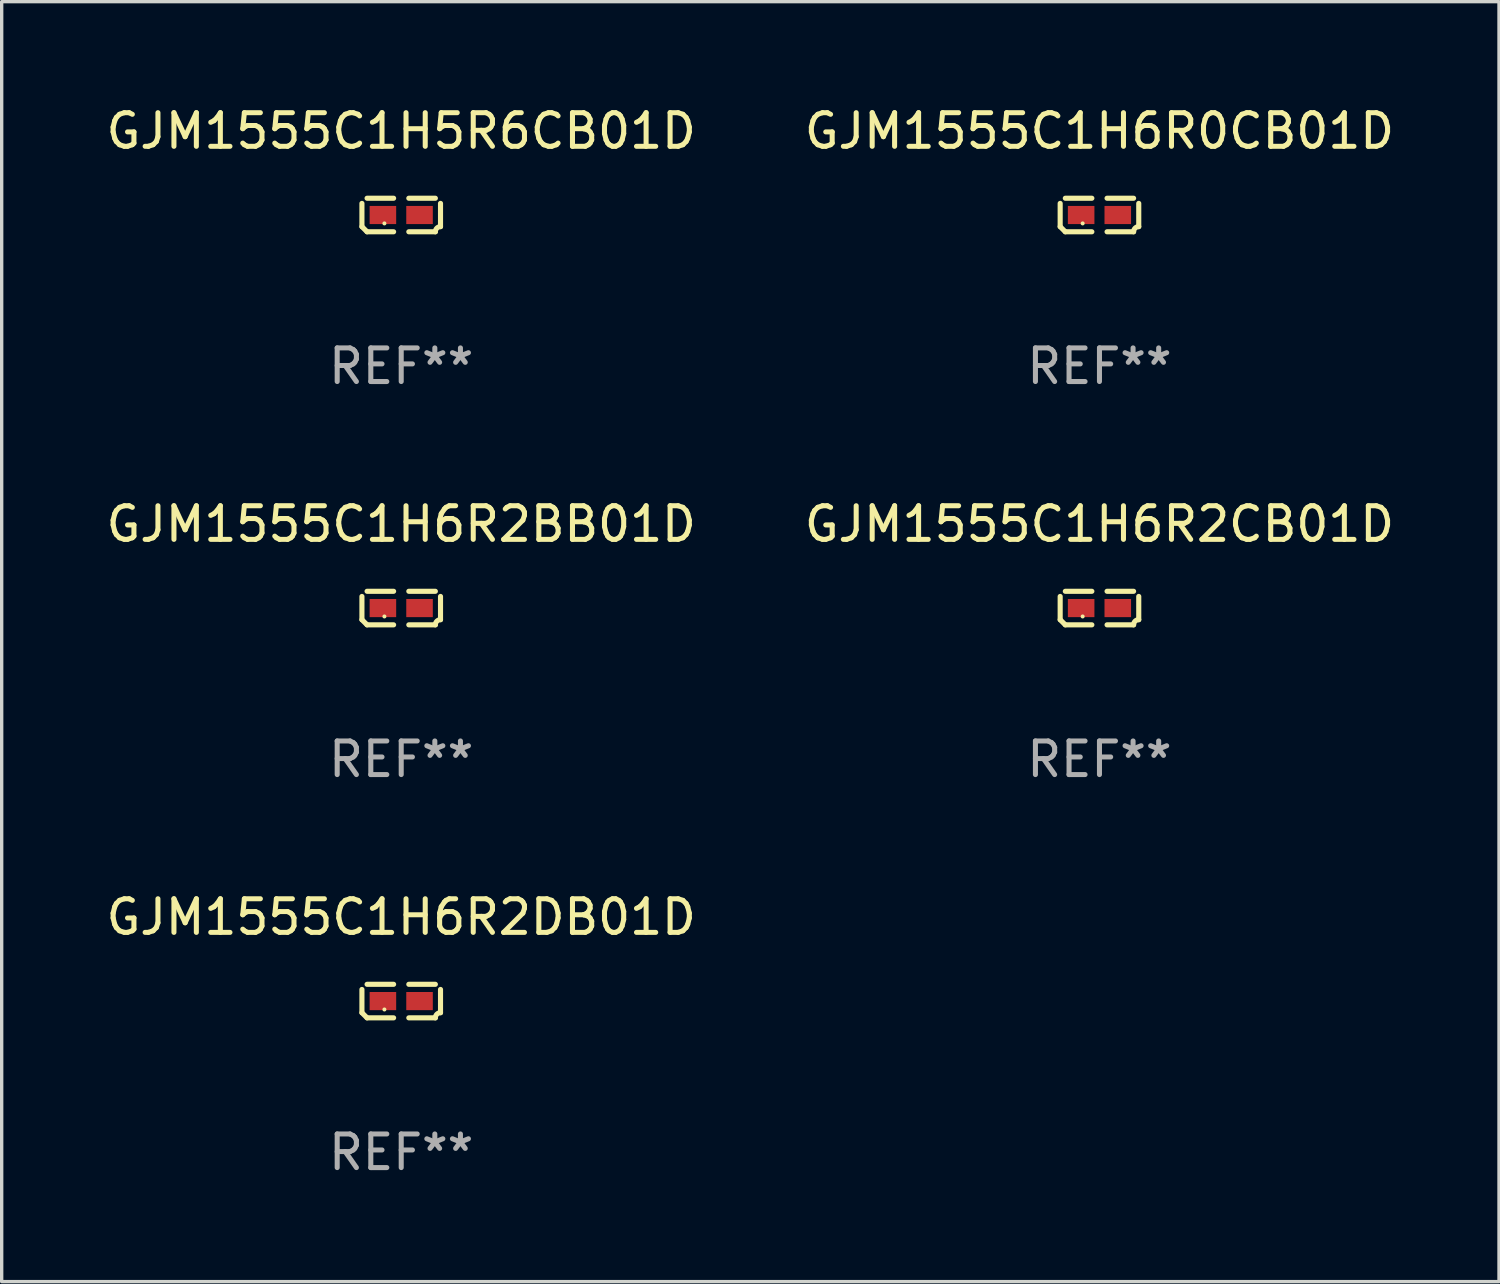
<source format=kicad_pcb>
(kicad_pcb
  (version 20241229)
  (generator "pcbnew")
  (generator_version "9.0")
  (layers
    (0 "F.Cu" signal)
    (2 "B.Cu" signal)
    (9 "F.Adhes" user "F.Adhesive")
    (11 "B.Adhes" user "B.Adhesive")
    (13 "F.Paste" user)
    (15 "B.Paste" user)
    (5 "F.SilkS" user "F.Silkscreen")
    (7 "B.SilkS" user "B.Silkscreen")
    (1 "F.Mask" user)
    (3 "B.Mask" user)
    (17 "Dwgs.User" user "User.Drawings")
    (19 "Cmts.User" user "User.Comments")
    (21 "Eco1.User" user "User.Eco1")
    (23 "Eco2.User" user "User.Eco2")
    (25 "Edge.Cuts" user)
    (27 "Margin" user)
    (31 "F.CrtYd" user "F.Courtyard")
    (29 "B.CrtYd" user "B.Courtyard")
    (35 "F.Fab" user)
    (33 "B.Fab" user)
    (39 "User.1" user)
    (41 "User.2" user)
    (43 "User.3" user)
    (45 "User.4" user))
  (footprint "GJM1555C1H6R2DB01D"
    (layer "F.Cu")
    (at 8.887 26.734)
    (property "Reference" "GJM1555C1H6R2DB01D" (at 0 -2.499 0) (layer "F.SilkS") (effects (font (size 1 1) (thickness 0.15))))
    (attr through_hole)
    (fp_line (start -1.169 0.346) (end -1.169 -0.346) (stroke (width 0.152) (type solid)) (layer "F.SilkS"))
    (fp_line (start -1.016 -0.499) (end -0.226 -0.499) (stroke (width 0.152) (type solid)) (layer "F.SilkS"))
    (fp_line (start -0.226 0.499) (end -1.016 0.499) (stroke (width 0.152) (type solid)) (layer "F.SilkS"))
    (fp_line (start 0.226 0.499) (end 1.016 0.499) (stroke (width 0.152) (type solid)) (layer "F.SilkS"))
    (fp_line (start 1.016 -0.499) (end 0.226 -0.499) (stroke (width 0.152) (type solid)) (layer "F.SilkS"))
    (fp_line (start 1.169 0.346) (end 1.169 -0.346) (stroke (width 0.152) (type solid)) (layer "F.SilkS"))
    (fp_arc (start -1.016307 0.498603) (mid -1.092512 0.422405) (end -1.16871 0.3462) (stroke (width 0.1524) (type solid)) (layer "F.SilkS"))
    (fp_arc (start 1.016307 0.498603) (mid 1.060899 0.390758) (end 1.168707 0.346076) (stroke (width 0.1524) (type solid)) (layer "F.SilkS"))
    (fp_circle (center -0.5 0.25) (end -0.47 0.25) (stroke (width 0.06) (type solid)) (fill no) (layer "F.SilkS"))
    (fp_text user "REF**" (at 0 4.499 0) (layer "F.Fab") (effects (font (size 1 1) (thickness 0.15))))
    (pad "1" smd rect (at -0.545 0) (size 0.79 0.54) (layers "F.Cu" "F.Mask" "F.Paste"))
    (pad "2" smd rect (at 0.545 0) (size 0.79 0.54) (layers "F.Cu" "F.Mask" "F.Paste")))
  (footprint "GJM1555C1H6R0CB01D"
    (layer "F.Cu")
    (at 29.661 3.347)
    (property "Reference" "GJM1555C1H6R0CB01D" (at 0 -2.499 0) (layer "F.SilkS") (effects (font (size 1 1) (thickness 0.15))))
    (attr through_hole)
    (fp_line (start -1.169 0.346) (end -1.169 -0.346) (stroke (width 0.152) (type solid)) (layer "F.SilkS"))
    (fp_line (start -1.016 -0.499) (end -0.226 -0.499) (stroke (width 0.152) (type solid)) (layer "F.SilkS"))
    (fp_line (start -0.226 0.499) (end -1.016 0.499) (stroke (width 0.152) (type solid)) (layer "F.SilkS"))
    (fp_line (start 0.226 0.499) (end 1.016 0.499) (stroke (width 0.152) (type solid)) (layer "F.SilkS"))
    (fp_line (start 1.016 -0.499) (end 0.226 -0.499) (stroke (width 0.152) (type solid)) (layer "F.SilkS"))
    (fp_line (start 1.169 0.346) (end 1.169 -0.346) (stroke (width 0.152) (type solid)) (layer "F.SilkS"))
    (fp_arc (start -1.016307 0.498603) (mid -1.092512 0.422405) (end -1.16871 0.3462) (stroke (width 0.1524) (type solid)) (layer "F.SilkS"))
    (fp_arc (start 1.016307 0.498603) (mid 1.060899 0.390758) (end 1.168707 0.346076) (stroke (width 0.1524) (type solid)) (layer "F.SilkS"))
    (fp_circle (center -0.5 0.25) (end -0.47 0.25) (stroke (width 0.06) (type solid)) (fill no) (layer "F.SilkS"))
    (fp_text user "REF**" (at 0 4.499 0) (layer "F.Fab") (effects (font (size 1 1) (thickness 0.15))))
    (pad "1" smd rect (at -0.545 0) (size 0.79 0.54) (layers "F.Cu" "F.Mask" "F.Paste"))
    (pad "2" smd rect (at 0.545 0) (size 0.79 0.54) (layers "F.Cu" "F.Mask" "F.Paste")))
  (footprint "GJM1555C1H6R2BB01D"
    (layer "F.Cu")
    (at 8.887 15.041)
    (property "Reference" "GJM1555C1H6R2BB01D" (at 0 -2.499 0) (layer "F.SilkS") (effects (font (size 1 1) (thickness 0.15))))
    (attr through_hole)
    (fp_line (start -1.169 0.346) (end -1.169 -0.346) (stroke (width 0.152) (type solid)) (layer "F.SilkS"))
    (fp_line (start -1.016 -0.499) (end -0.226 -0.499) (stroke (width 0.152) (type solid)) (layer "F.SilkS"))
    (fp_line (start -0.226 0.499) (end -1.016 0.499) (stroke (width 0.152) (type solid)) (layer "F.SilkS"))
    (fp_line (start 0.226 0.499) (end 1.016 0.499) (stroke (width 0.152) (type solid)) (layer "F.SilkS"))
    (fp_line (start 1.016 -0.499) (end 0.226 -0.499) (stroke (width 0.152) (type solid)) (layer "F.SilkS"))
    (fp_line (start 1.169 0.346) (end 1.169 -0.346) (stroke (width 0.152) (type solid)) (layer "F.SilkS"))
    (fp_arc (start -1.016307 0.498603) (mid -1.092512 0.422405) (end -1.16871 0.3462) (stroke (width 0.1524) (type solid)) (layer "F.SilkS"))
    (fp_arc (start 1.016307 0.498603) (mid 1.060899 0.390758) (end 1.168707 0.346076) (stroke (width 0.1524) (type solid)) (layer "F.SilkS"))
    (fp_circle (center -0.5 0.25) (end -0.47 0.25) (stroke (width 0.06) (type solid)) (fill no) (layer "F.SilkS"))
    (fp_text user "REF**" (at 0 4.499 0) (layer "F.Fab") (effects (font (size 1 1) (thickness 0.15))))
    (pad "1" smd rect (at -0.545 0) (size 0.79 0.54) (layers "F.Cu" "F.Mask" "F.Paste"))
    (pad "2" smd rect (at 0.545 0) (size 0.79 0.54) (layers "F.Cu" "F.Mask" "F.Paste")))
  (footprint "GJM1555C1H6R2CB01D"
    (layer "F.Cu")
    (at 29.661 15.041)
    (property "Reference" "GJM1555C1H6R2CB01D" (at 0 -2.499 0) (layer "F.SilkS") (effects (font (size 1 1) (thickness 0.15))))
    (attr through_hole)
    (fp_line (start -1.169 0.346) (end -1.169 -0.346) (stroke (width 0.152) (type solid)) (layer "F.SilkS"))
    (fp_line (start -1.016 -0.499) (end -0.226 -0.499) (stroke (width 0.152) (type solid)) (layer "F.SilkS"))
    (fp_line (start -0.226 0.499) (end -1.016 0.499) (stroke (width 0.152) (type solid)) (layer "F.SilkS"))
    (fp_line (start 0.226 0.499) (end 1.016 0.499) (stroke (width 0.152) (type solid)) (layer "F.SilkS"))
    (fp_line (start 1.016 -0.499) (end 0.226 -0.499) (stroke (width 0.152) (type solid)) (layer "F.SilkS"))
    (fp_line (start 1.169 0.346) (end 1.169 -0.346) (stroke (width 0.152) (type solid)) (layer "F.SilkS"))
    (fp_arc (start -1.016307 0.498603) (mid -1.092512 0.422405) (end -1.16871 0.3462) (stroke (width 0.1524) (type solid)) (layer "F.SilkS"))
    (fp_arc (start 1.016307 0.498603) (mid 1.060899 0.390758) (end 1.168707 0.346076) (stroke (width 0.1524) (type solid)) (layer "F.SilkS"))
    (fp_circle (center -0.5 0.25) (end -0.47 0.25) (stroke (width 0.06) (type solid)) (fill no) (layer "F.SilkS"))
    (fp_text user "REF**" (at 0 4.499 0) (layer "F.Fab") (effects (font (size 1 1) (thickness 0.15))))
    (pad "1" smd rect (at -0.545 0) (size 0.79 0.54) (layers "F.Cu" "F.Mask" "F.Paste"))
    (pad "2" smd rect (at 0.545 0) (size 0.79 0.54) (layers "F.Cu" "F.Mask" "F.Paste")))
  (footprint "GJM1555C1H5R6CB01D"
    (layer "F.Cu")
    (at 8.887 3.347)
    (property "Reference" "GJM1555C1H5R6CB01D" (at 0 -2.499 0) (layer "F.SilkS") (effects (font (size 1 1) (thickness 0.15))))
    (attr through_hole)
    (fp_line (start -1.169 0.346) (end -1.169 -0.346) (stroke (width 0.152) (type solid)) (layer "F.SilkS"))
    (fp_line (start -1.016 -0.499) (end -0.226 -0.499) (stroke (width 0.152) (type solid)) (layer "F.SilkS"))
    (fp_line (start -0.226 0.499) (end -1.016 0.499) (stroke (width 0.152) (type solid)) (layer "F.SilkS"))
    (fp_line (start 0.226 0.499) (end 1.016 0.499) (stroke (width 0.152) (type solid)) (layer "F.SilkS"))
    (fp_line (start 1.016 -0.499) (end 0.226 -0.499) (stroke (width 0.152) (type solid)) (layer "F.SilkS"))
    (fp_line (start 1.169 0.346) (end 1.169 -0.346) (stroke (width 0.152) (type solid)) (layer "F.SilkS"))
    (fp_arc (start -1.016307 0.498603) (mid -1.092512 0.422405) (end -1.16871 0.3462) (stroke (width 0.1524) (type solid)) (layer "F.SilkS"))
    (fp_arc (start 1.016307 0.498603) (mid 1.060899 0.390758) (end 1.168707 0.346076) (stroke (width 0.1524) (type solid)) (layer "F.SilkS"))
    (fp_circle (center -0.5 0.25) (end -0.47 0.25) (stroke (width 0.06) (type solid)) (fill no) (layer "F.SilkS"))
    (fp_text user "REF**" (at 0 4.499 0) (layer "F.Fab") (effects (font (size 1 1) (thickness 0.15))))
    (pad "1" smd rect (at -0.545 0) (size 0.79 0.54) (layers "F.Cu" "F.Mask" "F.Paste"))
    (pad "2" smd rect (at 0.545 0) (size 0.79 0.54) (layers "F.Cu" "F.Mask" "F.Paste")))
  (gr_rect
    (start -3 -3)
    (end 41.548 35.081)
    (stroke (width 0.1) (type default))
    (fill no)
    (layer "Edge.Cuts")))
</source>
